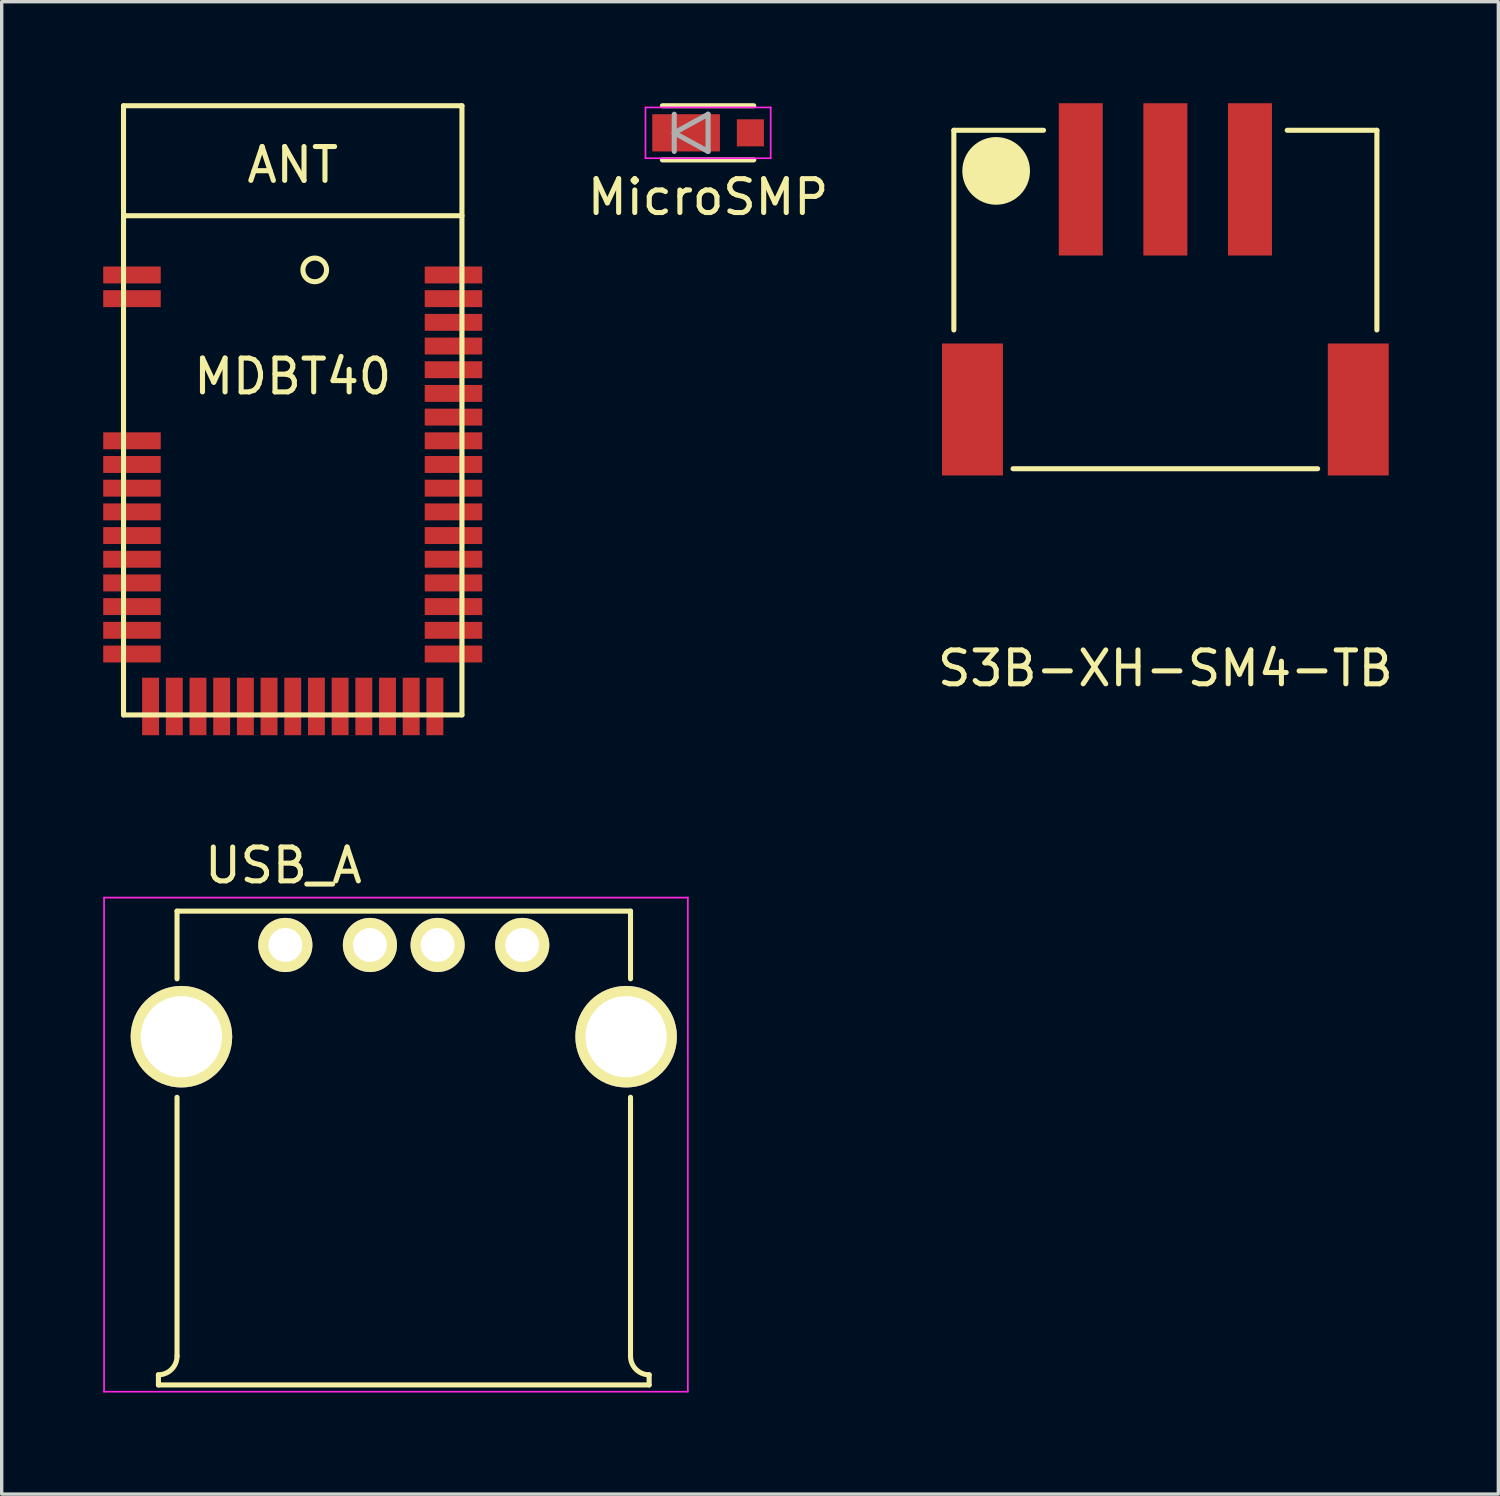
<source format=kicad_pcb>
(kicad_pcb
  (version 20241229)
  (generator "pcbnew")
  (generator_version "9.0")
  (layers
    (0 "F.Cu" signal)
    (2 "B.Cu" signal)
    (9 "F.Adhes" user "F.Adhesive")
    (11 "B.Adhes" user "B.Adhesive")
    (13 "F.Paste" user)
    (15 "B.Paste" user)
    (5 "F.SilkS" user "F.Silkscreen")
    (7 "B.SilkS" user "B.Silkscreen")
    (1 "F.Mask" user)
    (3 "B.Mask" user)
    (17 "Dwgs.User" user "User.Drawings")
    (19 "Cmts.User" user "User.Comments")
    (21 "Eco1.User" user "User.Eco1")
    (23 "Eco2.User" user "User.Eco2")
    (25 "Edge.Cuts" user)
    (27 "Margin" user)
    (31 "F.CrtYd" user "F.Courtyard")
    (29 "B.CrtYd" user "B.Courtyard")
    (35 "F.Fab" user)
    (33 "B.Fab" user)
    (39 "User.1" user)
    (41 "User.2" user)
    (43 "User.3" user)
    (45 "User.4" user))
  (footprint "S3B-XH-SM4-TB"
    (layer "F.Cu")
    (at 31.385 4.5)
    (property "Reference" "S3B-XH-SM4-TB" (at 0 12.2 0) (layer "F.SilkS") (effects (font (size 1 1) (thickness 0.15))))
    (attr through_hole)
    (fp_line (start -6.25 -3.7) (end -3.6 -3.7) (stroke (width 0.15) (type solid)) (layer "F.SilkS"))
    (fp_line (start -6.25 2.2) (end -6.25 -3.7) (stroke (width 0.15) (type solid)) (layer "F.SilkS"))
    (fp_line (start -4.5 6.3) (end 4.5 6.3) (stroke (width 0.15) (type solid)) (layer "F.SilkS"))
    (fp_line (start 3.6 -3.7) (end 6.25 -3.7) (stroke (width 0.15) (type solid)) (layer "F.SilkS"))
    (fp_line (start 6.25 2.2) (end 6.25 -3.7) (stroke (width 0.15) (type solid)) (layer "F.SilkS"))
    (fp_circle (center -5 -2.5) (end -5.5 -2.5) (stroke (width 1) (type solid)) (fill no) (layer "F.SilkS"))
    (pad "" smd rect (at -5.7 4.55) (size 1.8 3.9) (layers "F.Cu" "F.Mask" "F.Paste"))
    (pad "" smd rect (at 5.7 4.55) (size 1.8 3.9) (layers "F.Cu" "F.Mask" "F.Paste"))
    (pad "1" smd rect (at -2.5 -2.25) (size 1.3 4.5) (layers "F.Cu" "F.Mask" "F.Paste"))
    (pad "2" smd rect (at 0 -2.25) (size 1.3 4.5) (layers "F.Cu" "F.Mask" "F.Paste"))
    (pad "3" smd rect (at 2.5 -2.25) (size 1.3 4.5) (layers "F.Cu" "F.Mask" "F.Paste")))
  (footprint "MicroSMP"
    (layer "F.Cu")
    (at 17.873 0.875)
    (property "Reference" "MicroSMP" (at 0 1.9 0) (layer "F.SilkS") (effects (font (size 1 1) (thickness 0.15))))
    (attr smd)
    (fp_line (start -1.35 -0.8) (end 1.35 -0.8) (stroke (width 0.15) (type solid)) (layer "F.SilkS"))
    (fp_line (start -1.35 0.8) (end 1.35 0.8) (stroke (width 0.15) (type solid)) (layer "F.SilkS"))
    (fp_line (start -1.85 -0.75) (end -1.85 0.75) (stroke (width 0.05) (type solid)) (layer "F.CrtYd"))
    (fp_line (start -1.85 -0.75) (end 1.85 -0.75) (stroke (width 0.05) (type solid)) (layer "F.CrtYd"))
    (fp_line (start -1.85 0.75) (end 1.85 0.75) (stroke (width 0.05) (type solid)) (layer "F.CrtYd"))
    (fp_line (start 1.85 -0.75) (end 1.85 0.75) (stroke (width 0.05) (type solid)) (layer "F.CrtYd"))
    (fp_line (start -1 -0.55) (end -1 0.55) (stroke (width 0.15) (type solid)) (layer "F.Fab"))
    (fp_line (start -1 0) (end 0 -0.55) (stroke (width 0.15) (type solid)) (layer "F.Fab"))
    (fp_line (start 0 -0.55) (end 0 0.55) (stroke (width 0.15) (type solid)) (layer "F.Fab"))
    (fp_line (start 0 0.55) (end -1 0) (stroke (width 0.15) (type solid)) (layer "F.Fab"))
    (pad "1" smd rect (at -0.65 0) (size 2 1.1) (layers "F.Cu" "F.Mask" "F.Paste"))
    (pad "2" smd rect (at 1.25 0) (size 0.8 0.8) (layers "F.Cu" "F.Mask" "F.Paste")))
  (footprint "USB_A"
    (layer "F.Cu")
    (at 8.881 24.873)
    (property "Reference" "USB_A" (at -3.556 -2.35 0) (layer "F.SilkS") (effects (font (size 1 1) (thickness 0.15))))
    (attr through_hole)
    (fp_line (start -7.25 12.7) (end -7.25 13) (stroke (width 0.15) (type solid)) (layer "F.SilkS"))
    (fp_line (start -6.7 -1) (end -6.7 1) (stroke (width 0.15) (type solid)) (layer "F.SilkS"))
    (fp_line (start -6.7 -1) (end 6.7 -1) (stroke (width 0.15) (type solid)) (layer "F.SilkS"))
    (fp_line (start -6.7 12.15) (end -6.7 4.5) (stroke (width 0.15) (type solid)) (layer "F.SilkS"))
    (fp_line (start 6.7 -1) (end 6.7 1) (stroke (width 0.15) (type solid)) (layer "F.SilkS"))
    (fp_line (start 6.7 4.5) (end 6.7 12.15) (stroke (width 0.15) (type solid)) (layer "F.SilkS"))
    (fp_line (start 7.25 12.7) (end 7.25 13) (stroke (width 0.15) (type solid)) (layer "F.SilkS"))
    (fp_line (start 7.25 13) (end -7.25 13) (stroke (width 0.15) (type solid)) (layer "F.SilkS"))
    (fp_arc (start -6.7 12.15) (mid -6.861091 12.538909) (end -7.25 12.7) (stroke (width 0.15) (type solid)) (layer "F.SilkS"))
    (fp_arc (start 7.25 12.7) (mid 6.861091 12.538909) (end 6.7 12.15) (stroke (width 0.15) (type solid)) (layer "F.SilkS"))
    (fp_line (start -8.856 -1.4) (end 8.394 -1.4) (stroke (width 0.05) (type solid)) (layer "F.CrtYd"))
    (fp_line (start -8.856 13.2) (end -8.856 -1.4) (stroke (width 0.05) (type solid)) (layer "F.CrtYd"))
    (fp_line (start -8.856 13.2) (end 8.394 13.2) (stroke (width 0.05) (type solid)) (layer "F.CrtYd"))
    (fp_line (start 8.394 -1.4) (end 8.394 13.2) (stroke (width 0.05) (type solid)) (layer "F.CrtYd"))
    (pad "1" thru_hole circle (at -3.5 0 270) (size 1.6 1.6) (drill 1) (layers "*.Cu" "*.Mask" "F.SilkS"))
    (pad "2" thru_hole circle (at -1 0 270) (size 1.6 1.6) (drill 1) (layers "*.Cu" "*.Mask" "F.SilkS"))
    (pad "3" thru_hole circle (at 1 0 270) (size 1.6 1.6) (drill 1) (layers "*.Cu" "*.Mask" "F.SilkS"))
    (pad "4" thru_hole circle (at 3.5 0 270) (size 1.6 1.6) (drill 1) (layers "*.Cu" "*.Mask" "F.SilkS"))
    (pad "5" thru_hole circle (at -6.57 2.71 270) (size 3 3) (drill 2.4) (layers "*.Cu" "*.Mask" "F.SilkS"))
    (pad "5" thru_hole circle (at 6.57 2.71 270) (size 3 3) (drill 2.4) (layers "*.Cu" "*.Mask" "F.SilkS")))
  (footprint "MDBT40"
    (layer "F.Cu")
    (at 5.6 18.075)
    (property "Reference" "MDBT40" (at 0 -10 0) (layer "F.SilkS") (effects (font (size 1 1) (thickness 0.15))))
    (attr through_hole)
    (fp_line (start -5 -18) (end -5 0) (stroke (width 0.15) (type solid)) (layer "F.SilkS"))
    (fp_line (start -5 -14.75) (end 5 -14.75) (stroke (width 0.15) (type solid)) (layer "F.SilkS"))
    (fp_line (start -5 0) (end 5 0) (stroke (width 0.15) (type solid)) (layer "F.SilkS"))
    (fp_line (start 5 -18) (end -5 -18) (stroke (width 0.15) (type solid)) (layer "F.SilkS"))
    (fp_line (start 5 0) (end 5 -18) (stroke (width 0.15) (type solid)) (layer "F.SilkS"))
    (fp_circle (center 0.65 -13.15) (end 1 -13.15) (stroke (width 0.15) (type solid)) (fill no) (layer "F.SilkS"))
    (fp_text user "ANT" (at 0 -16.25 0) (layer "F.SilkS") (effects (font (size 1 1) (thickness 0.15))))
    (pad "1" smd rect (at -4.75 -13) (size 1.7 0.5) (layers "F.Cu" "F.Mask" "F.Paste"))
    (pad "2" smd rect (at -4.75 -12.3) (size 1.7 0.5) (layers "F.Cu" "F.Mask" "F.Paste"))
    (pad "3" smd rect (at -4.75 -8.1) (size 1.7 0.5) (layers "F.Cu" "F.Mask" "F.Paste"))
    (pad "4" smd rect (at -4.75 -7.4) (size 1.7 0.5) (layers "F.Cu" "F.Mask" "F.Paste"))
    (pad "5" smd rect (at -4.75 -6.7) (size 1.7 0.5) (layers "F.Cu" "F.Mask" "F.Paste"))
    (pad "6" smd rect (at -4.75 -6) (size 1.7 0.5) (layers "F.Cu" "F.Mask" "F.Paste"))
    (pad "7" smd rect (at -4.75 -5.3) (size 1.7 0.5) (layers "F.Cu" "F.Mask" "F.Paste"))
    (pad "8" smd rect (at -4.75 -4.6) (size 1.7 0.5) (layers "F.Cu" "F.Mask" "F.Paste"))
    (pad "9" smd rect (at -4.75 -3.9) (size 1.7 0.5) (layers "F.Cu" "F.Mask" "F.Paste"))
    (pad "10" smd rect (at -4.75 -3.2) (size 1.7 0.5) (layers "F.Cu" "F.Mask" "F.Paste"))
    (pad "11" smd rect (at -4.75 -2.5) (size 1.7 0.5) (layers "F.Cu" "F.Mask" "F.Paste"))
    (pad "12" smd rect (at -4.75 -1.8) (size 1.7 0.5) (layers "F.Cu" "F.Mask" "F.Paste"))
    (pad "13" smd rect (at -4.2 -0.25) (size 0.5 1.7) (layers "F.Cu" "F.Mask" "F.Paste"))
    (pad "14" smd rect (at -3.5 -0.25) (size 0.5 1.7) (layers "F.Cu" "F.Mask" "F.Paste"))
    (pad "15" smd rect (at -2.8 -0.25) (size 0.5 1.7) (layers "F.Cu" "F.Mask" "F.Paste"))
    (pad "16" smd rect (at -2.1 -0.25) (size 0.5 1.7) (layers "F.Cu" "F.Mask" "F.Paste"))
    (pad "17" smd rect (at -1.4 -0.25) (size 0.5 1.7) (layers "F.Cu" "F.Mask" "F.Paste"))
    (pad "18" smd rect (at -0.7 -0.25) (size 0.5 1.7) (layers "F.Cu" "F.Mask" "F.Paste"))
    (pad "19" smd rect (at 0 -0.25) (size 0.5 1.7) (layers "F.Cu" "F.Mask" "F.Paste"))
    (pad "20" smd rect (at 0.7 -0.25) (size 0.5 1.7) (layers "F.Cu" "F.Mask" "F.Paste"))
    (pad "21" smd rect (at 1.4 -0.25) (size 0.5 1.7) (layers "F.Cu" "F.Mask" "F.Paste"))
    (pad "22" smd rect (at 2.1 -0.25) (size 0.5 1.7) (layers "F.Cu" "F.Mask" "F.Paste"))
    (pad "23" smd rect (at 2.8 -0.25) (size 0.5 1.7) (layers "F.Cu" "F.Mask" "F.Paste"))
    (pad "24" smd rect (at 3.5 -0.25) (size 0.5 1.7) (layers "F.Cu" "F.Mask" "F.Paste"))
    (pad "25" smd rect (at 4.2 -0.25) (size 0.5 1.7) (layers "F.Cu" "F.Mask" "F.Paste"))
    (pad "26" smd rect (at 4.75 -1.8) (size 1.7 0.5) (layers "F.Cu" "F.Mask" "F.Paste"))
    (pad "27" smd rect (at 4.75 -2.5) (size 1.7 0.5) (layers "F.Cu" "F.Mask" "F.Paste"))
    (pad "28" smd rect (at 4.75 -3.2) (size 1.7 0.5) (layers "F.Cu" "F.Mask" "F.Paste"))
    (pad "29" smd rect (at 4.75 -3.9) (size 1.7 0.5) (layers "F.Cu" "F.Mask" "F.Paste"))
    (pad "30" smd rect (at 4.75 -4.6) (size 1.7 0.5) (layers "F.Cu" "F.Mask" "F.Paste"))
    (pad "31" smd rect (at 4.75 -5.3) (size 1.7 0.5) (layers "F.Cu" "F.Mask" "F.Paste"))
    (pad "32" smd rect (at 4.75 -6) (size 1.7 0.5) (layers "F.Cu" "F.Mask" "F.Paste"))
    (pad "33" smd rect (at 4.75 -6.7) (size 1.7 0.5) (layers "F.Cu" "F.Mask" "F.Paste"))
    (pad "34" smd rect (at 4.75 -7.4) (size 1.7 0.5) (layers "F.Cu" "F.Mask" "F.Paste"))
    (pad "35" smd rect (at 4.75 -8.1) (size 1.7 0.5) (layers "F.Cu" "F.Mask" "F.Paste"))
    (pad "36" smd rect (at 4.75 -8.8) (size 1.7 0.5) (layers "F.Cu" "F.Mask" "F.Paste"))
    (pad "37" smd rect (at 4.75 -9.5) (size 1.7 0.5) (layers "F.Cu" "F.Mask" "F.Paste"))
    (pad "38" smd rect (at 4.75 -10.2) (size 1.7 0.5) (layers "F.Cu" "F.Mask" "F.Paste"))
    (pad "39" smd rect (at 4.75 -10.9) (size 1.7 0.5) (layers "F.Cu" "F.Mask" "F.Paste"))
    (pad "40" smd rect (at 4.75 -11.6) (size 1.7 0.5) (layers "F.Cu" "F.Mask" "F.Paste"))
    (pad "41" smd rect (at 4.75 -12.3) (size 1.7 0.5) (layers "F.Cu" "F.Mask" "F.Paste"))
    (pad "42" smd rect (at 4.75 -13) (size 1.7 0.5) (layers "F.Cu" "F.Mask" "F.Paste")))
  (gr_rect
    (start -3 -3)
    (end 41.224 41.098)
    (stroke (width 0.1) (type default))
    (fill no)
    (layer "Edge.Cuts")))
</source>
